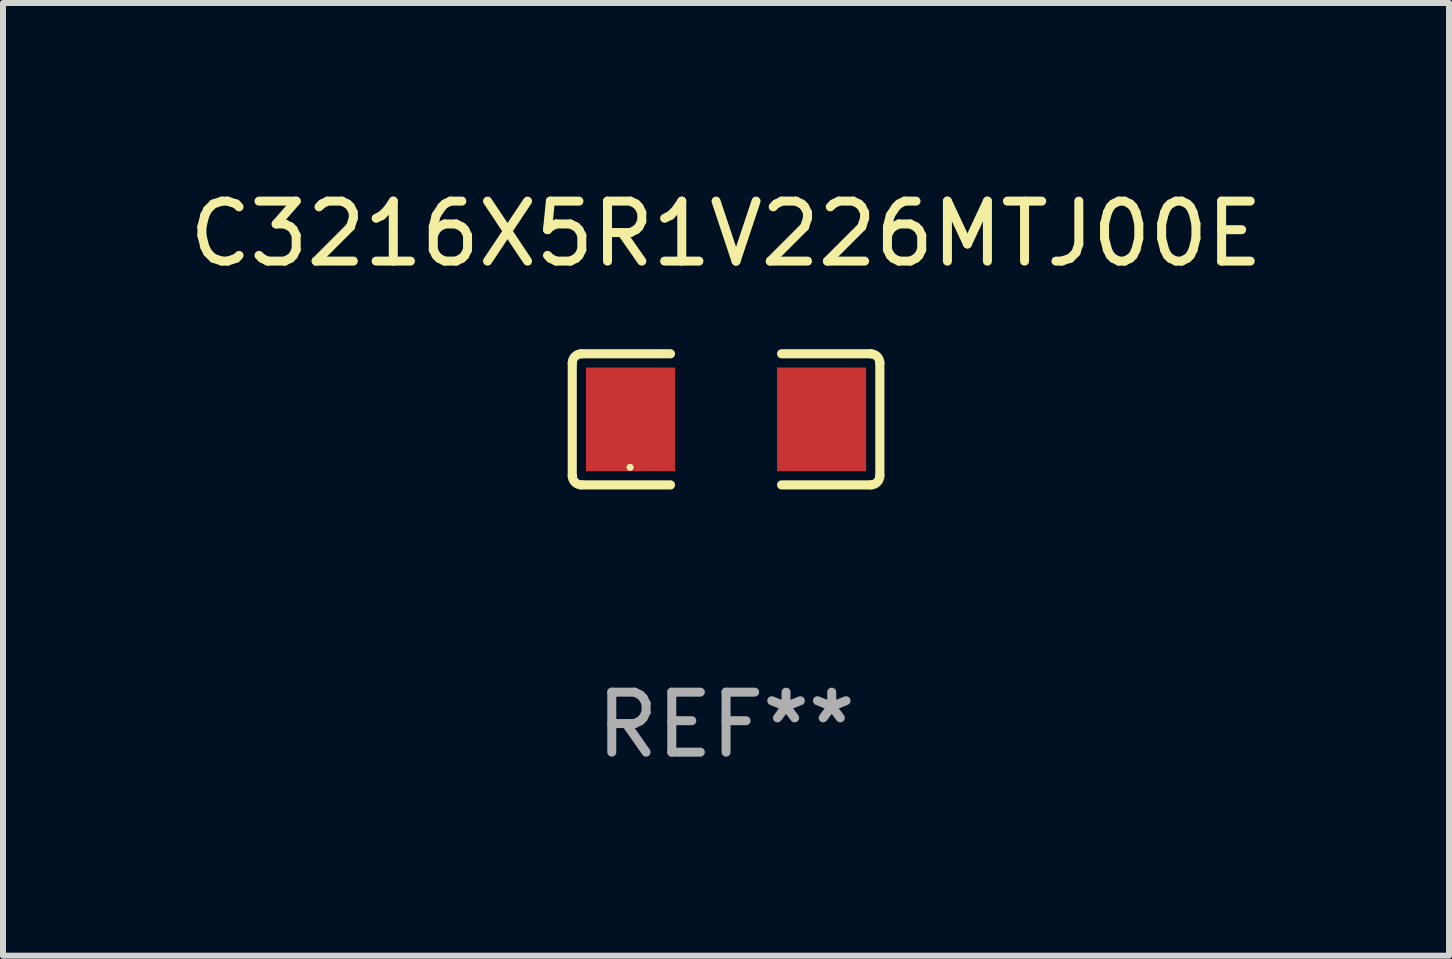
<source format=kicad_pcb>
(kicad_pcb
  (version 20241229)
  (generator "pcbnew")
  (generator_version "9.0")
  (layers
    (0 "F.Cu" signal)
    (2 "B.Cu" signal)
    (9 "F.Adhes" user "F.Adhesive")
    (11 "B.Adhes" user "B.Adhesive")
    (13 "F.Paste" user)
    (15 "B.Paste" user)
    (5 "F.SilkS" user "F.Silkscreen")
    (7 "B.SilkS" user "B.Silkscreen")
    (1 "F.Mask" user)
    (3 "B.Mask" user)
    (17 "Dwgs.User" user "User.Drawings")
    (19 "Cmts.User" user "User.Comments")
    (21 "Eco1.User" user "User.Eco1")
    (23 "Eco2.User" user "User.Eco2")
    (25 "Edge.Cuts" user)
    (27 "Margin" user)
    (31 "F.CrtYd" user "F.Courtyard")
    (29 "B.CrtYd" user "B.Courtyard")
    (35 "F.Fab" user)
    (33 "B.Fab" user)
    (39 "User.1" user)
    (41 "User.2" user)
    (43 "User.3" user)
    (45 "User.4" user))
  (footprint "C3216X5R1V226MTJ00E"
    (layer "F.Cu")
    (at 9.054 3.941)
    (property "Reference" "C3216X5R1V226MTJ00E" (at 0 -3.093 0) (layer "F.SilkS") (effects (font (size 1 1) (thickness 0.15))))
    (attr through_hole)
    (fp_line (start -2.564 0.94) (end -2.564 -0.94) (stroke (width 0.152) (type solid)) (layer "F.SilkS"))
    (fp_line (start -2.411 -1.093) (end -0.926 -1.093) (stroke (width 0.152) (type solid)) (layer "F.SilkS"))
    (fp_line (start -0.926 1.093) (end -2.411 1.093) (stroke (width 0.152) (type solid)) (layer "F.SilkS"))
    (fp_line (start 0.926 1.093) (end 2.411 1.093) (stroke (width 0.152) (type solid)) (layer "F.SilkS"))
    (fp_line (start 2.411 -1.093) (end 0.926 -1.093) (stroke (width 0.152) (type solid)) (layer "F.SilkS"))
    (fp_line (start 2.564 0.94) (end 2.564 -0.94) (stroke (width 0.152) (type solid)) (layer "F.SilkS"))
    (fp_arc (start -2.563602 -0.940208) (mid -2.518965 -1.047972) (end -2.411201 -1.092609) (stroke (width 0.1524) (type solid)) (layer "F.SilkS"))
    (fp_arc (start -2.411201 1.092609) (mid -2.518965 1.047972) (end -2.563602 0.940208) (stroke (width 0.1524) (type solid)) (layer "F.SilkS"))
    (fp_arc (start 2.411201 -1.092609) (mid 2.518965 -1.047972) (end 2.563602 -0.940208) (stroke (width 0.1524) (type solid)) (layer "F.SilkS"))
    (fp_arc (start 2.563602 0.940208) (mid 2.518965 1.047972) (end 2.411201 1.092609) (stroke (width 0.1524) (type solid)) (layer "F.SilkS"))
    (fp_circle (center -1.6 0.8) (end -1.57 0.8) (stroke (width 0.06) (type solid)) (fill no) (layer "F.SilkS"))
    (fp_text user "REF**" (at 0 5.093 0) (layer "F.Fab") (effects (font (size 1 1) (thickness 0.15))))
    (pad "1" smd rect (at -1.593 0) (size 1.485 1.728) (layers "F.Cu" "F.Mask" "F.Paste"))
    (pad "2" smd rect (at 1.593 0) (size 1.485 1.728) (layers "F.Cu" "F.Mask" "F.Paste")))
  (gr_rect
    (start -3 -3)
    (end 21.107 12.882)
    (stroke (width 0.1) (type default))
    (fill no)
    (layer "Edge.Cuts")))
</source>
